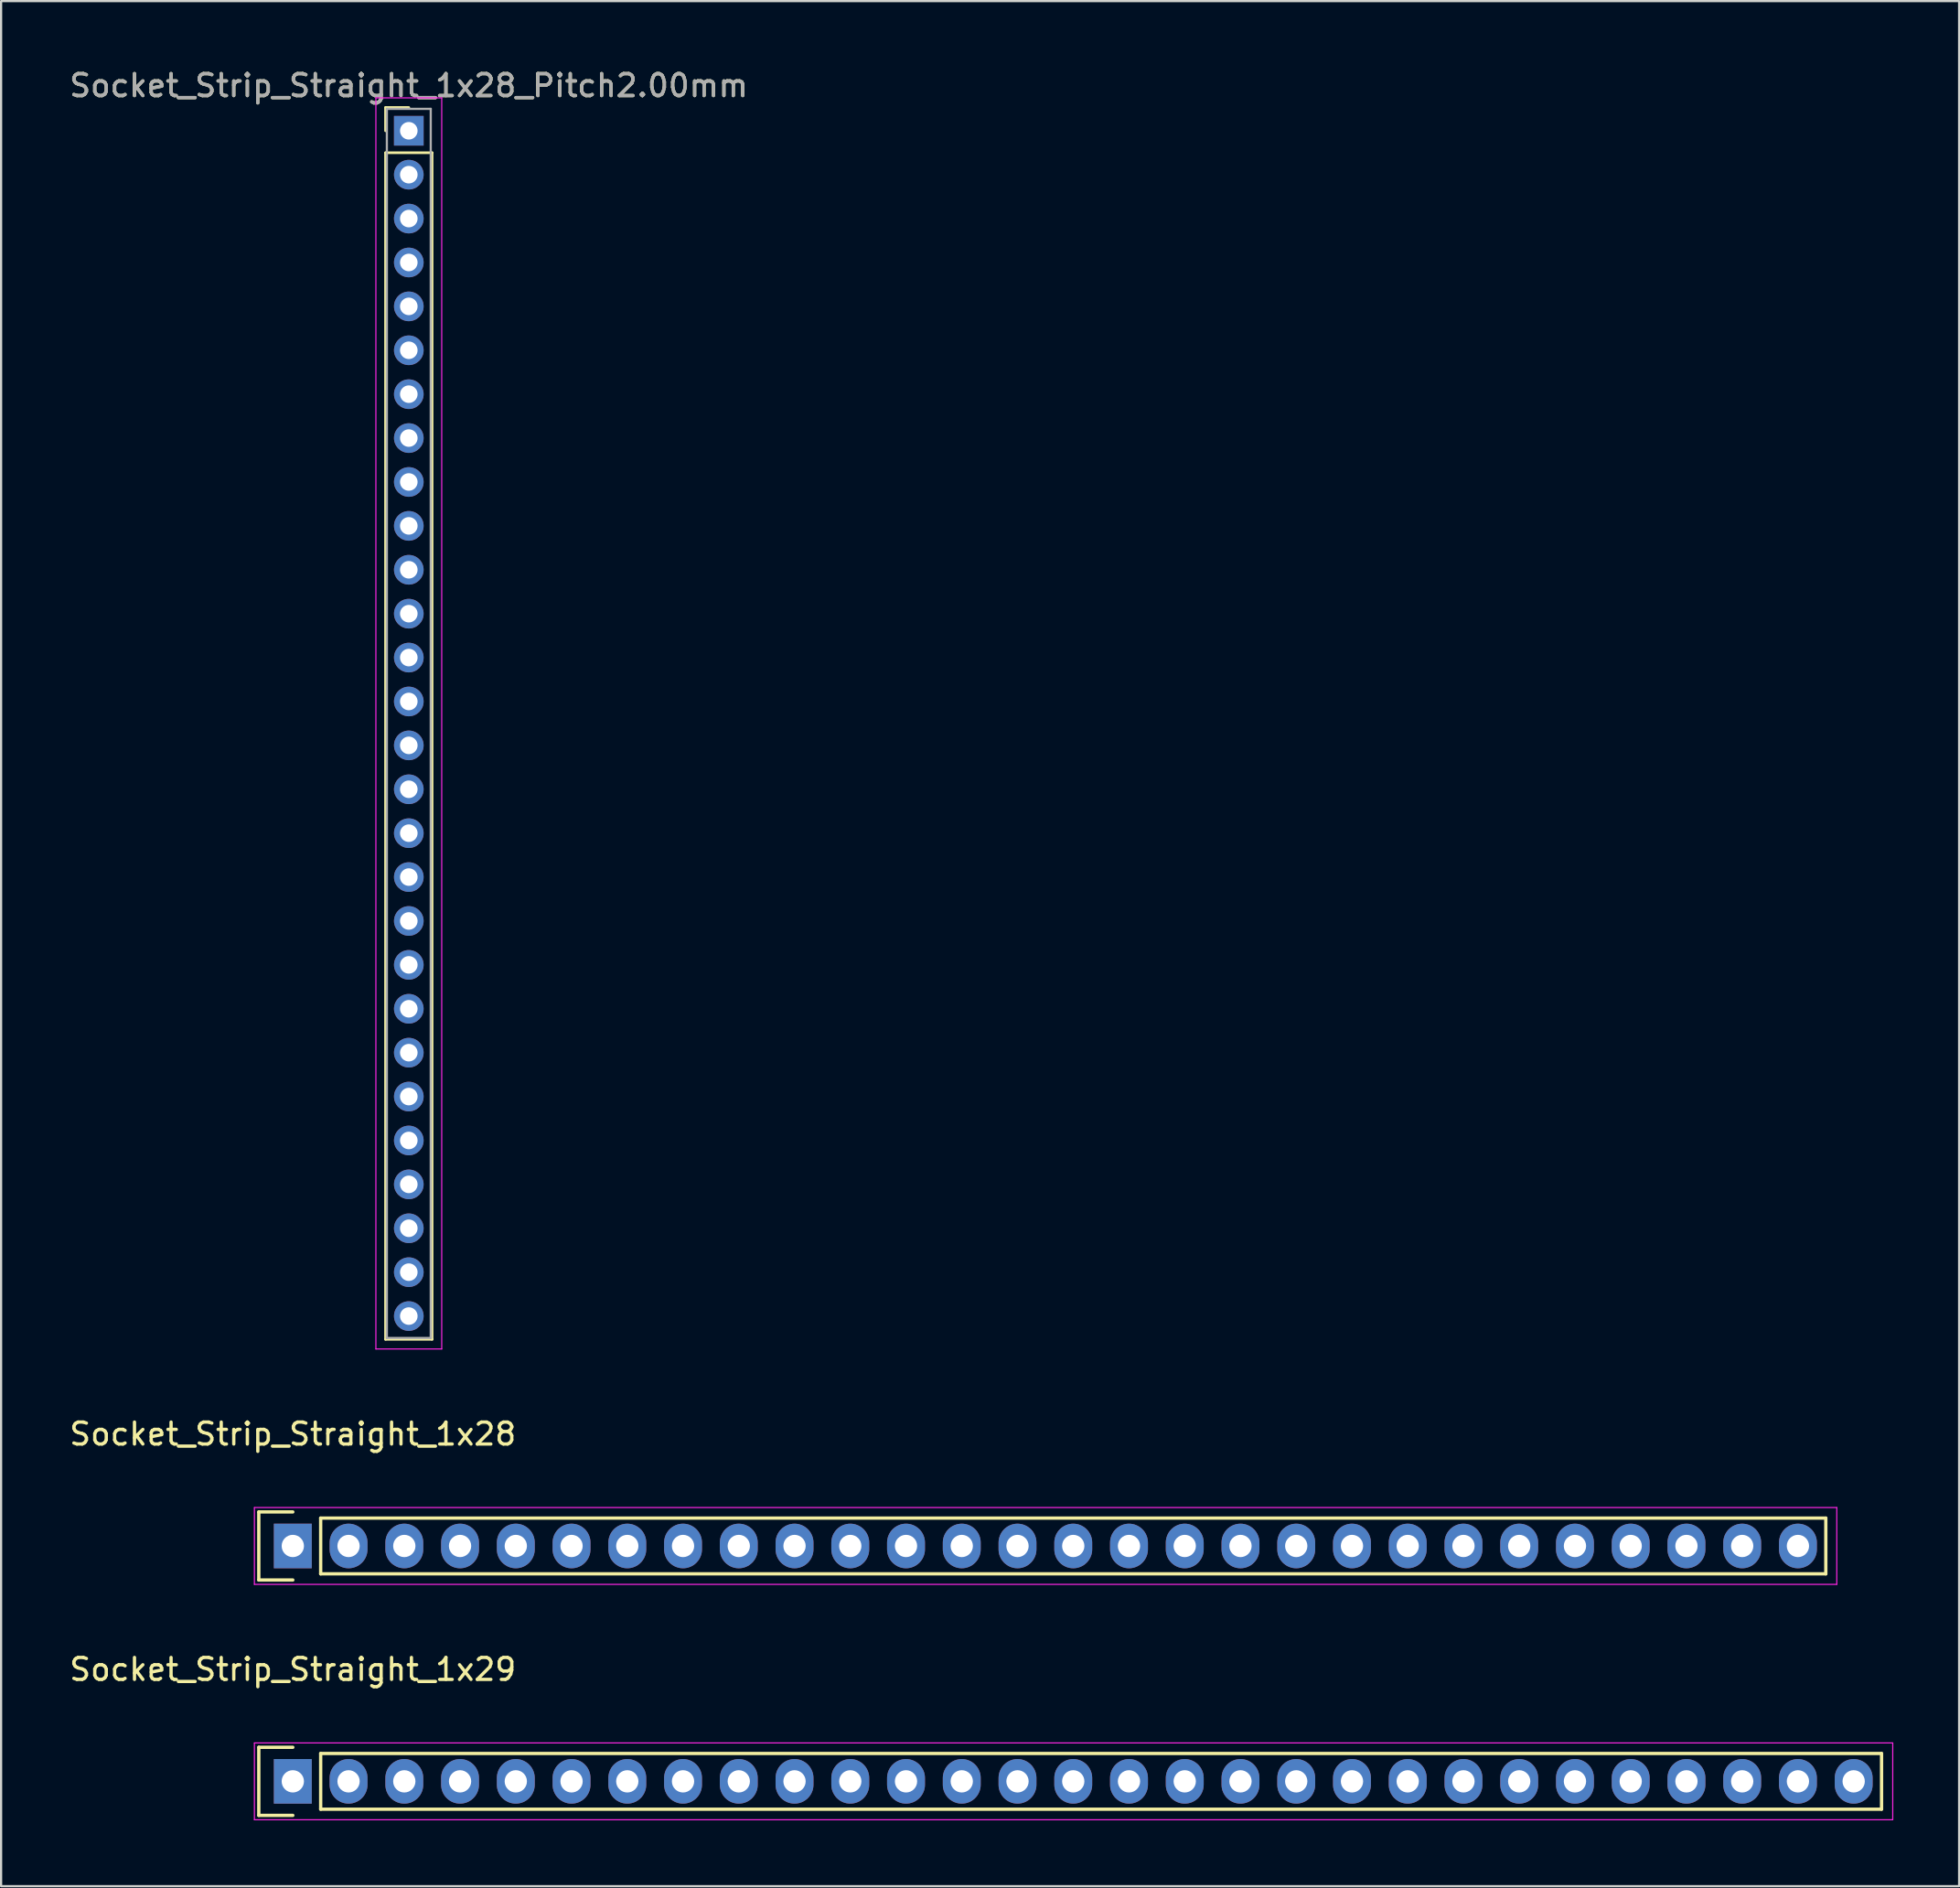
<source format=kicad_pcb>
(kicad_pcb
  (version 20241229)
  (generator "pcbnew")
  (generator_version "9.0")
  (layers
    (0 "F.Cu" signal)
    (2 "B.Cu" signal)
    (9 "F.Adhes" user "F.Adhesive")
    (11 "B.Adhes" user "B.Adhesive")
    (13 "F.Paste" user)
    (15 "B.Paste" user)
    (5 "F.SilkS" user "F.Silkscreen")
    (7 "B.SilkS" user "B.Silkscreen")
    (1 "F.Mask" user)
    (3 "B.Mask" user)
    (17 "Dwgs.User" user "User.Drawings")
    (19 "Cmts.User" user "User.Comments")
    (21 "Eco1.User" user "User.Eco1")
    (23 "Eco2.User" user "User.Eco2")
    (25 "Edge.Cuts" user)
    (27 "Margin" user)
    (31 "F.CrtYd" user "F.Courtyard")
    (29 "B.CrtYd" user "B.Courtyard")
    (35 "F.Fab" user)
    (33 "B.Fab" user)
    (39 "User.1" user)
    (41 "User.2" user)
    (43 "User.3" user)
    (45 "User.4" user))
  (footprint "Socket_Strip_Straight_1x28"
    (layer "F.Cu")
    (at 10.292 67.382)
    (property "Reference" "Socket_Strip_Straight_1x28" (at 0 -5.1 0) (layer "F.SilkS") (effects (font (size 1 1) (thickness 0.15))))
    (attr through_hole)
    (fp_line (start -1.55 -1.55) (end -1.55 1.55) (stroke (width 0.15) (type solid)) (layer "F.SilkS"))
    (fp_line (start -1.55 1.55) (end 0 1.55) (stroke (width 0.15) (type solid)) (layer "F.SilkS"))
    (fp_line (start 0 -1.55) (end -1.55 -1.55) (stroke (width 0.15) (type solid)) (layer "F.SilkS"))
    (fp_line (start 1.27 -1.27) (end 69.85 -1.27) (stroke (width 0.15) (type solid)) (layer "F.SilkS"))
    (fp_line (start 1.27 1.27) (end 1.27 -1.27) (stroke (width 0.15) (type solid)) (layer "F.SilkS"))
    (fp_line (start 69.85 -1.27) (end 69.85 1.27) (stroke (width 0.15) (type solid)) (layer "F.SilkS"))
    (fp_line (start 69.85 1.27) (end 1.27 1.27) (stroke (width 0.15) (type solid)) (layer "F.SilkS"))
    (fp_line (start -1.75 -1.75) (end -1.75 1.75) (stroke (width 0.05) (type solid)) (layer "F.CrtYd"))
    (fp_line (start -1.75 -1.75) (end 70.35 -1.75) (stroke (width 0.05) (type solid)) (layer "F.CrtYd"))
    (fp_line (start -1.75 1.75) (end 70.35 1.75) (stroke (width 0.05) (type solid)) (layer "F.CrtYd"))
    (fp_line (start 70.35 -1.75) (end 70.35 1.75) (stroke (width 0.05) (type solid)) (layer "F.CrtYd"))
    (pad "1" thru_hole rect (at 0 0) (size 1.727 2.032) (drill 1.016) (layers "*.Cu" "*.Mask"))
    (pad "2" thru_hole oval (at 2.54 0) (size 1.727 2.032) (drill 1.016) (layers "*.Cu" "*.Mask"))
    (pad "3" thru_hole oval (at 5.08 0) (size 1.727 2.032) (drill 1.016) (layers "*.Cu" "*.Mask"))
    (pad "4" thru_hole oval (at 7.62 0) (size 1.727 2.032) (drill 1.016) (layers "*.Cu" "*.Mask"))
    (pad "5" thru_hole oval (at 10.16 0) (size 1.727 2.032) (drill 1.016) (layers "*.Cu" "*.Mask"))
    (pad "6" thru_hole oval (at 12.7 0) (size 1.727 2.032) (drill 1.016) (layers "*.Cu" "*.Mask"))
    (pad "7" thru_hole oval (at 15.24 0) (size 1.727 2.032) (drill 1.016) (layers "*.Cu" "*.Mask"))
    (pad "8" thru_hole oval (at 17.78 0) (size 1.727 2.032) (drill 1.016) (layers "*.Cu" "*.Mask"))
    (pad "9" thru_hole oval (at 20.32 0) (size 1.727 2.032) (drill 1.016) (layers "*.Cu" "*.Mask"))
    (pad "10" thru_hole oval (at 22.86 0) (size 1.727 2.032) (drill 1.016) (layers "*.Cu" "*.Mask"))
    (pad "11" thru_hole oval (at 25.4 0) (size 1.727 2.032) (drill 1.016) (layers "*.Cu" "*.Mask"))
    (pad "12" thru_hole oval (at 27.94 0) (size 1.727 2.032) (drill 1.016) (layers "*.Cu" "*.Mask"))
    (pad "13" thru_hole oval (at 30.48 0) (size 1.727 2.032) (drill 1.016) (layers "*.Cu" "*.Mask"))
    (pad "14" thru_hole oval (at 33.02 0) (size 1.727 2.032) (drill 1.016) (layers "*.Cu" "*.Mask"))
    (pad "15" thru_hole oval (at 35.56 0) (size 1.727 2.032) (drill 1.016) (layers "*.Cu" "*.Mask"))
    (pad "16" thru_hole oval (at 38.1 0) (size 1.727 2.032) (drill 1.016) (layers "*.Cu" "*.Mask"))
    (pad "17" thru_hole oval (at 40.64 0) (size 1.727 2.032) (drill 1.016) (layers "*.Cu" "*.Mask"))
    (pad "18" thru_hole oval (at 43.18 0) (size 1.727 2.032) (drill 1.016) (layers "*.Cu" "*.Mask"))
    (pad "19" thru_hole oval (at 45.72 0) (size 1.727 2.032) (drill 1.016) (layers "*.Cu" "*.Mask"))
    (pad "20" thru_hole oval (at 48.26 0) (size 1.727 2.032) (drill 1.016) (layers "*.Cu" "*.Mask"))
    (pad "21" thru_hole oval (at 50.8 0) (size 1.727 2.032) (drill 1.016) (layers "*.Cu" "*.Mask"))
    (pad "22" thru_hole oval (at 53.34 0) (size 1.727 2.032) (drill 1.016) (layers "*.Cu" "*.Mask"))
    (pad "23" thru_hole oval (at 55.88 0) (size 1.727 2.032) (drill 1.016) (layers "*.Cu" "*.Mask"))
    (pad "24" thru_hole oval (at 58.42 0) (size 1.727 2.032) (drill 1.016) (layers "*.Cu" "*.Mask"))
    (pad "25" thru_hole oval (at 60.96 0) (size 1.727 2.032) (drill 1.016) (layers "*.Cu" "*.Mask"))
    (pad "26" thru_hole oval (at 63.5 0) (size 1.727 2.032) (drill 1.016) (layers "*.Cu" "*.Mask"))
    (pad "27" thru_hole oval (at 66.04 0) (size 1.727 2.032) (drill 1.016) (layers "*.Cu" "*.Mask"))
    (pad "28" thru_hole oval (at 68.58 0) (size 1.727 2.032) (drill 1.016) (layers "*.Cu" "*.Mask")))
  (footprint "Socket_Strip_Straight_1x28_Pitch2.00mm"
    (layer "F.Cu")
    (at 15.577 2.908)
    (property "Reference" "Socket_Strip_Straight_1x28_Pitch2.00mm" (at 0 -2.06 0) (layer "F.SilkS") (effects (font (size 1 1) (thickness 0.15))))
    (attr through_hole)
    (fp_line (start -1.06 -1.06) (end 0 -1.06) (stroke (width 0.12) (type solid)) (layer "F.SilkS"))
    (fp_line (start -1.06 0) (end -1.06 -1.06) (stroke (width 0.12) (type solid)) (layer "F.SilkS"))
    (fp_line (start -1.06 1) (end -1.06 55.06) (stroke (width 0.12) (type solid)) (layer "F.SilkS"))
    (fp_line (start -1.06 55.06) (end 1.06 55.06) (stroke (width 0.12) (type solid)) (layer "F.SilkS"))
    (fp_line (start 1.06 1) (end -1.06 1) (stroke (width 0.12) (type solid)) (layer "F.SilkS"))
    (fp_line (start 1.06 55.06) (end 1.06 1) (stroke (width 0.12) (type solid)) (layer "F.SilkS"))
    (fp_line (start -1.5 -1.5) (end -1.5 55.5) (stroke (width 0.05) (type solid)) (layer "F.CrtYd"))
    (fp_line (start -1.5 55.5) (end 1.5 55.5) (stroke (width 0.05) (type solid)) (layer "F.CrtYd"))
    (fp_line (start 1.5 -1.5) (end -1.5 -1.5) (stroke (width 0.05) (type solid)) (layer "F.CrtYd"))
    (fp_line (start 1.5 55.5) (end 1.5 -1.5) (stroke (width 0.05) (type solid)) (layer "F.CrtYd"))
    (fp_line (start -1 -1) (end -1 55) (stroke (width 0.1) (type solid)) (layer "F.Fab"))
    (fp_line (start -1 55) (end 1 55) (stroke (width 0.1) (type solid)) (layer "F.Fab"))
    (fp_line (start 1 -1) (end -1 -1) (stroke (width 0.1) (type solid)) (layer "F.Fab"))
    (fp_line (start 1 55) (end 1 -1) (stroke (width 0.1) (type solid)) (layer "F.Fab"))
    (fp_text user "${REFERENCE}" (at 0 -2.06 0) (layer "F.Fab") (effects (font (size 1 1) (thickness 0.15))))
    (pad "1" thru_hole rect (at 0 0) (size 1.35 1.35) (drill 0.8) (layers "*.Cu" "*.Mask"))
    (pad "2" thru_hole oval (at 0 2) (size 1.35 1.35) (drill 0.8) (layers "*.Cu" "*.Mask"))
    (pad "3" thru_hole oval (at 0 4) (size 1.35 1.35) (drill 0.8) (layers "*.Cu" "*.Mask"))
    (pad "4" thru_hole oval (at 0 6) (size 1.35 1.35) (drill 0.8) (layers "*.Cu" "*.Mask"))
    (pad "5" thru_hole oval (at 0 8) (size 1.35 1.35) (drill 0.8) (layers "*.Cu" "*.Mask"))
    (pad "6" thru_hole oval (at 0 10) (size 1.35 1.35) (drill 0.8) (layers "*.Cu" "*.Mask"))
    (pad "7" thru_hole oval (at 0 12) (size 1.35 1.35) (drill 0.8) (layers "*.Cu" "*.Mask"))
    (pad "8" thru_hole oval (at 0 14) (size 1.35 1.35) (drill 0.8) (layers "*.Cu" "*.Mask"))
    (pad "9" thru_hole oval (at 0 16) (size 1.35 1.35) (drill 0.8) (layers "*.Cu" "*.Mask"))
    (pad "10" thru_hole oval (at 0 18) (size 1.35 1.35) (drill 0.8) (layers "*.Cu" "*.Mask"))
    (pad "11" thru_hole oval (at 0 20) (size 1.35 1.35) (drill 0.8) (layers "*.Cu" "*.Mask"))
    (pad "12" thru_hole oval (at 0 22) (size 1.35 1.35) (drill 0.8) (layers "*.Cu" "*.Mask"))
    (pad "13" thru_hole oval (at 0 24) (size 1.35 1.35) (drill 0.8) (layers "*.Cu" "*.Mask"))
    (pad "14" thru_hole oval (at 0 26) (size 1.35 1.35) (drill 0.8) (layers "*.Cu" "*.Mask"))
    (pad "15" thru_hole oval (at 0 28) (size 1.35 1.35) (drill 0.8) (layers "*.Cu" "*.Mask"))
    (pad "16" thru_hole oval (at 0 30) (size 1.35 1.35) (drill 0.8) (layers "*.Cu" "*.Mask"))
    (pad "17" thru_hole oval (at 0 32) (size 1.35 1.35) (drill 0.8) (layers "*.Cu" "*.Mask"))
    (pad "18" thru_hole oval (at 0 34) (size 1.35 1.35) (drill 0.8) (layers "*.Cu" "*.Mask"))
    (pad "19" thru_hole oval (at 0 36) (size 1.35 1.35) (drill 0.8) (layers "*.Cu" "*.Mask"))
    (pad "20" thru_hole oval (at 0 38) (size 1.35 1.35) (drill 0.8) (layers "*.Cu" "*.Mask"))
    (pad "21" thru_hole oval (at 0 40) (size 1.35 1.35) (drill 0.8) (layers "*.Cu" "*.Mask"))
    (pad "22" thru_hole oval (at 0 42) (size 1.35 1.35) (drill 0.8) (layers "*.Cu" "*.Mask"))
    (pad "23" thru_hole oval (at 0 44) (size 1.35 1.35) (drill 0.8) (layers "*.Cu" "*.Mask"))
    (pad "24" thru_hole oval (at 0 46) (size 1.35 1.35) (drill 0.8) (layers "*.Cu" "*.Mask"))
    (pad "25" thru_hole oval (at 0 48) (size 1.35 1.35) (drill 0.8) (layers "*.Cu" "*.Mask"))
    (pad "26" thru_hole oval (at 0 50) (size 1.35 1.35) (drill 0.8) (layers "*.Cu" "*.Mask"))
    (pad "27" thru_hole oval (at 0 52) (size 1.35 1.35) (drill 0.8) (layers "*.Cu" "*.Mask"))
    (pad "28" thru_hole oval (at 0 54) (size 1.35 1.35) (drill 0.8) (layers "*.Cu" "*.Mask")))
  (footprint "Socket_Strip_Straight_1x29"
    (layer "F.Cu")
    (at 10.292 78.105)
    (property "Reference" "Socket_Strip_Straight_1x29" (at 0 -5.1 0) (layer "F.SilkS") (effects (font (size 1 1) (thickness 0.15))))
    (attr through_hole)
    (fp_line (start -1.55 -1.55) (end -1.55 1.55) (stroke (width 0.15) (type solid)) (layer "F.SilkS"))
    (fp_line (start -1.55 1.55) (end 0 1.55) (stroke (width 0.15) (type solid)) (layer "F.SilkS"))
    (fp_line (start 0 -1.55) (end -1.55 -1.55) (stroke (width 0.15) (type solid)) (layer "F.SilkS"))
    (fp_line (start 1.27 -1.27) (end 72.39 -1.27) (stroke (width 0.15) (type solid)) (layer "F.SilkS"))
    (fp_line (start 1.27 1.27) (end 1.27 -1.27) (stroke (width 0.15) (type solid)) (layer "F.SilkS"))
    (fp_line (start 72.39 -1.27) (end 72.39 1.27) (stroke (width 0.15) (type solid)) (layer "F.SilkS"))
    (fp_line (start 72.39 1.27) (end 1.27 1.27) (stroke (width 0.15) (type solid)) (layer "F.SilkS"))
    (fp_line (start -1.75 -1.75) (end -1.75 1.75) (stroke (width 0.05) (type solid)) (layer "F.CrtYd"))
    (fp_line (start -1.75 -1.75) (end 72.9 -1.75) (stroke (width 0.05) (type solid)) (layer "F.CrtYd"))
    (fp_line (start -1.75 1.75) (end 72.9 1.75) (stroke (width 0.05) (type solid)) (layer "F.CrtYd"))
    (fp_line (start 72.9 -1.75) (end 72.9 1.75) (stroke (width 0.05) (type solid)) (layer "F.CrtYd"))
    (pad "1" thru_hole rect (at 0 0) (size 1.727 2.032) (drill 1.016) (layers "*.Cu" "*.Mask"))
    (pad "2" thru_hole oval (at 2.54 0) (size 1.727 2.032) (drill 1.016) (layers "*.Cu" "*.Mask"))
    (pad "3" thru_hole oval (at 5.08 0) (size 1.727 2.032) (drill 1.016) (layers "*.Cu" "*.Mask"))
    (pad "4" thru_hole oval (at 7.62 0) (size 1.727 2.032) (drill 1.016) (layers "*.Cu" "*.Mask"))
    (pad "5" thru_hole oval (at 10.16 0) (size 1.727 2.032) (drill 1.016) (layers "*.Cu" "*.Mask"))
    (pad "6" thru_hole oval (at 12.7 0) (size 1.727 2.032) (drill 1.016) (layers "*.Cu" "*.Mask"))
    (pad "7" thru_hole oval (at 15.24 0) (size 1.727 2.032) (drill 1.016) (layers "*.Cu" "*.Mask"))
    (pad "8" thru_hole oval (at 17.78 0) (size 1.727 2.032) (drill 1.016) (layers "*.Cu" "*.Mask"))
    (pad "9" thru_hole oval (at 20.32 0) (size 1.727 2.032) (drill 1.016) (layers "*.Cu" "*.Mask"))
    (pad "10" thru_hole oval (at 22.86 0) (size 1.727 2.032) (drill 1.016) (layers "*.Cu" "*.Mask"))
    (pad "11" thru_hole oval (at 25.4 0) (size 1.727 2.032) (drill 1.016) (layers "*.Cu" "*.Mask"))
    (pad "12" thru_hole oval (at 27.94 0) (size 1.727 2.032) (drill 1.016) (layers "*.Cu" "*.Mask"))
    (pad "13" thru_hole oval (at 30.48 0) (size 1.727 2.032) (drill 1.016) (layers "*.Cu" "*.Mask"))
    (pad "14" thru_hole oval (at 33.02 0) (size 1.727 2.032) (drill 1.016) (layers "*.Cu" "*.Mask"))
    (pad "15" thru_hole oval (at 35.56 0) (size 1.727 2.032) (drill 1.016) (layers "*.Cu" "*.Mask"))
    (pad "16" thru_hole oval (at 38.1 0) (size 1.727 2.032) (drill 1.016) (layers "*.Cu" "*.Mask"))
    (pad "17" thru_hole oval (at 40.64 0) (size 1.727 2.032) (drill 1.016) (layers "*.Cu" "*.Mask"))
    (pad "18" thru_hole oval (at 43.18 0) (size 1.727 2.032) (drill 1.016) (layers "*.Cu" "*.Mask"))
    (pad "19" thru_hole oval (at 45.72 0) (size 1.727 2.032) (drill 1.016) (layers "*.Cu" "*.Mask"))
    (pad "20" thru_hole oval (at 48.26 0) (size 1.727 2.032) (drill 1.016) (layers "*.Cu" "*.Mask"))
    (pad "21" thru_hole oval (at 50.8 0) (size 1.727 2.032) (drill 1.016) (layers "*.Cu" "*.Mask"))
    (pad "22" thru_hole oval (at 53.34 0) (size 1.727 2.032) (drill 1.016) (layers "*.Cu" "*.Mask"))
    (pad "23" thru_hole oval (at 55.88 0) (size 1.727 2.032) (drill 1.016) (layers "*.Cu" "*.Mask"))
    (pad "24" thru_hole oval (at 58.42 0) (size 1.727 2.032) (drill 1.016) (layers "*.Cu" "*.Mask"))
    (pad "25" thru_hole oval (at 60.96 0) (size 1.727 2.032) (drill 1.016) (layers "*.Cu" "*.Mask"))
    (pad "26" thru_hole oval (at 63.5 0) (size 1.727 2.032) (drill 1.016) (layers "*.Cu" "*.Mask"))
    (pad "27" thru_hole oval (at 66.04 0) (size 1.727 2.032) (drill 1.016) (layers "*.Cu" "*.Mask"))
    (pad "28" thru_hole oval (at 68.58 0) (size 1.727 2.032) (drill 1.016) (layers "*.Cu" "*.Mask"))
    (pad "29" thru_hole oval (at 71.12 0) (size 1.727 2.032) (drill 1.016) (layers "*.Cu" "*.Mask")))
  (gr_rect
    (start -3 -3)
    (end 86.217 82.88)
    (stroke (width 0.1) (type default))
    (fill no)
    (layer "Edge.Cuts")))
</source>
